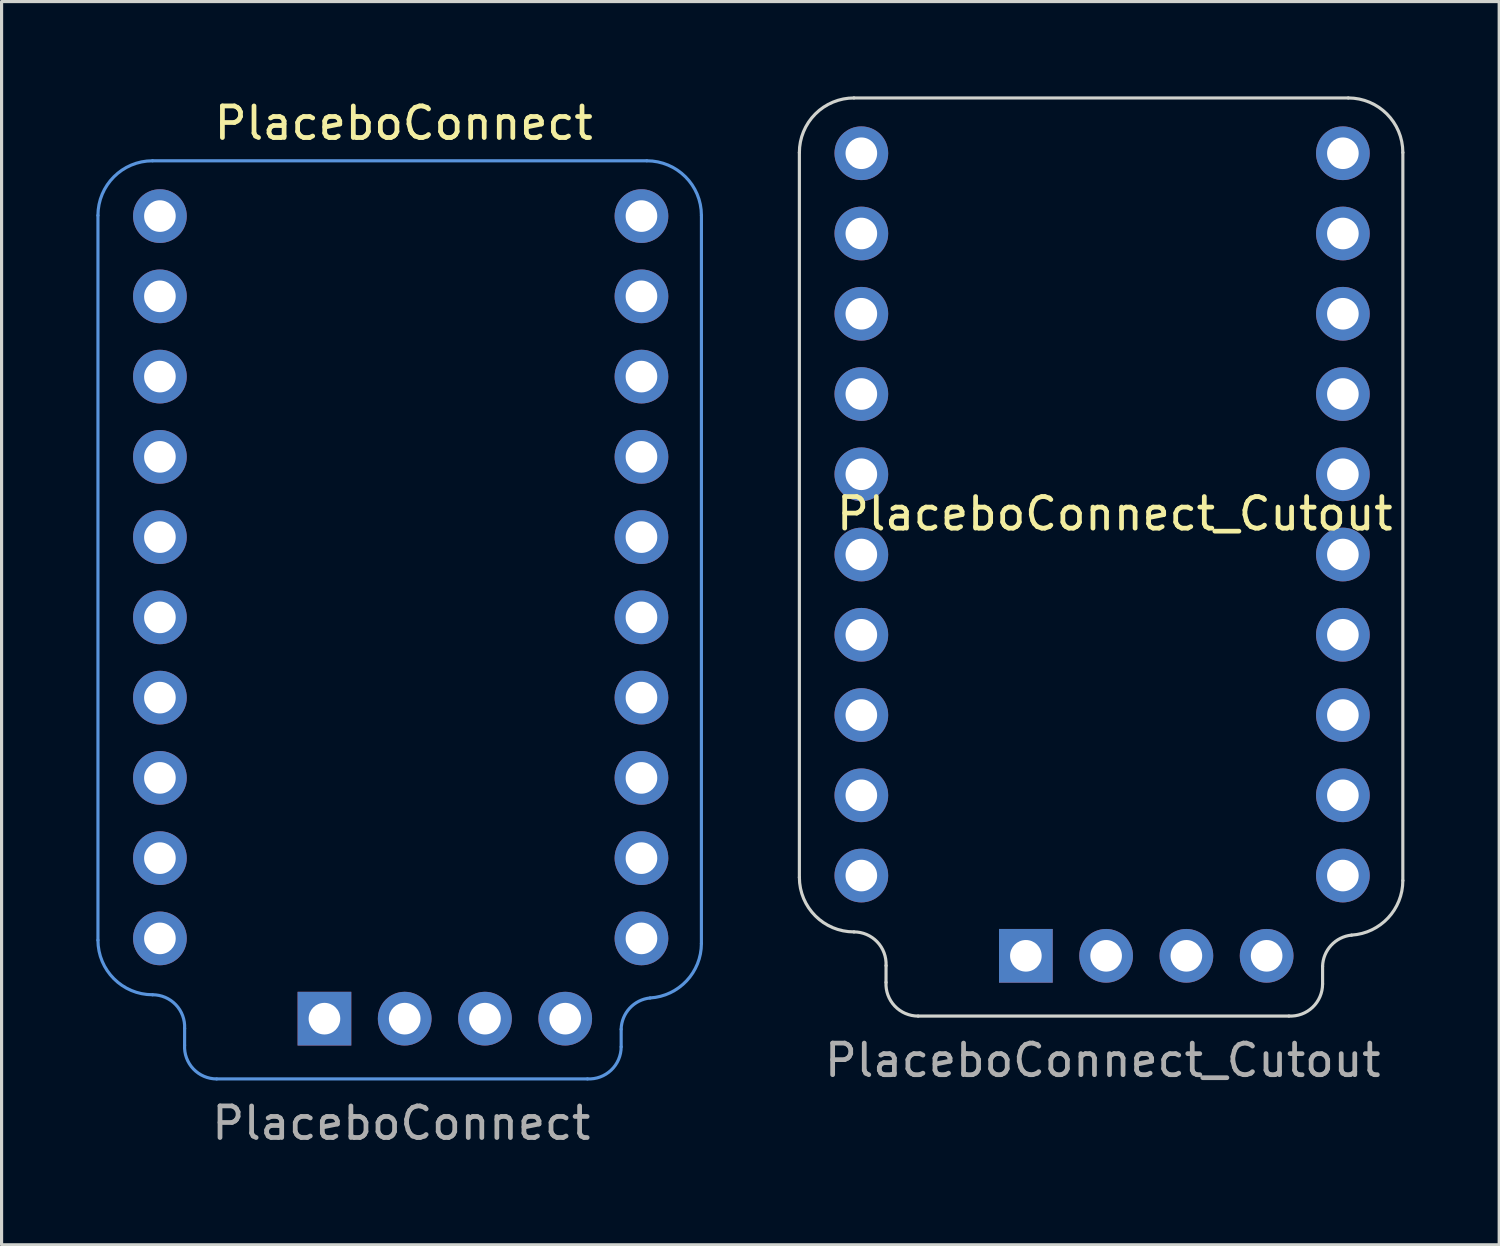
<source format=kicad_pcb>
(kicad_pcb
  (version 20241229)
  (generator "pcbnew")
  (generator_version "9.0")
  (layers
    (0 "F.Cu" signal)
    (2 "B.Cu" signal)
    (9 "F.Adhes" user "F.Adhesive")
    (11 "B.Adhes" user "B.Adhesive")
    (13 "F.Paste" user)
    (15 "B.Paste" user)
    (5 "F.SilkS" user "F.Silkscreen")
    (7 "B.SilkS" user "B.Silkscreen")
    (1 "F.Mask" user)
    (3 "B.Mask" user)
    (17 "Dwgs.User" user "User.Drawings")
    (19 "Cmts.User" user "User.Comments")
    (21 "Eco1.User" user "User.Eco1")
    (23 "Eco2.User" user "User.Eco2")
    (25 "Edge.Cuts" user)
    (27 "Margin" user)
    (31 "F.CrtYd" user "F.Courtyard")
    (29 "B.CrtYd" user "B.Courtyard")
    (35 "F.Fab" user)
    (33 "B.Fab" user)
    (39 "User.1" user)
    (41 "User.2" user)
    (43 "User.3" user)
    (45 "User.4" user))
  (footprint "PlaceboConnect_Cutout"
    (layer "F.Cu")
    (at 31.977 13.21)
    (property "Reference" "PlaceboConnect_Cutout" (at 0.254 0 0) (unlocked yes) (layer "F.SilkS") (effects (font (size 1 1) (thickness 0.15))))
    (attr through_hole)
    (fp_line (start -9.728 -11.43) (end -9.728 11.506) (stroke (width 0.1) (type default)) (layer "Edge.Cuts"))
    (fp_line (start -6.985 14.3) (end -6.986 14.831) (stroke (width 0.1) (type default)) (layer "Edge.Cuts"))
    (fp_line (start -5.971 15.897) (end 5.764 15.897) (stroke (width 0.1) (type default)) (layer "Edge.Cuts"))
    (fp_line (start 6.831 14.326) (end 6.831 14.882) (stroke (width 0.1) (type default)) (layer "Edge.Cuts"))
    (fp_line (start 7.643 -13.16) (end -8.001 -13.16) (stroke (width 0.1) (type default)) (layer "Edge.Cuts"))
    (fp_line (start 9.371 -11.433) (end 9.37 11.608) (stroke (width 0.1) (type default)) (layer "Edge.Cuts"))
    (fp_arc (start -9.728132 -11.43) (mid -9.223279 -12.653201) (end -8.000932 -13.160118) (stroke (width 0.1) (type default)) (layer "Edge.Cuts"))
    (fp_arc (start -8.001 13.233249) (mid -9.222269 12.727339) (end -9.728132 11.506049) (stroke (width 0.1) (type default)) (layer "Edge.Cuts"))
    (fp_arc (start -8.000932 13.233249) (mid -7.264378 13.548916) (end -6.985 14.299986) (stroke (width 0.1) (type default)) (layer "Edge.Cuts"))
    (fp_arc (start -5.971468 15.897357) (mid -6.707607 15.581609) (end -6.9862 14.83062) (stroke (width 0.1) (type default)) (layer "Edge.Cuts"))
    (fp_arc (start 6.830504 14.3256) (mid 7.101764 13.6573) (end 7.747 13.335) (stroke (width 0.1) (type default)) (layer "Edge.Cuts"))
    (fp_arc (start 6.830504 14.881943) (mid 6.514752 15.618078) (end 5.763767 15.896675) (stroke (width 0.1) (type default)) (layer "Edge.Cuts"))
    (fp_arc (start 7.643353 -13.160118) (mid 8.864667 -12.654232) (end 9.370553 -11.432918) (stroke (width 0.1) (type default)) (layer "Edge.Cuts"))
    (fp_arc (start 9.37049 11.608457) (mid 8.900859 12.793422) (end 7.747 13.335) (stroke (width 0.1) (type default)) (layer "Edge.Cuts"))
    (fp_text user "${REFERENCE}" (at -0.127 17.297 0) (unlocked yes) (layer "F.Fab") (effects (font (size 1 1) (thickness 0.15))))
    (pad "1" thru_hole circle (at -7.767 -11.41 180) (size 1.7 1.7) (drill 1) (layers "*.Cu" "*.Mask"))
    (pad "2" thru_hole oval (at -7.767 -8.87 180) (size 1.7 1.7) (drill 1) (layers "*.Cu" "*.Mask"))
    (pad "3" thru_hole oval (at -7.767 -6.33 180) (size 1.7 1.7) (drill 1) (layers "*.Cu" "*.Mask"))
    (pad "4" thru_hole oval (at -7.767 -3.79 180) (size 1.7 1.7) (drill 1) (layers "*.Cu" "*.Mask"))
    (pad "5" thru_hole oval (at -7.767 -1.25 180) (size 1.7 1.7) (drill 1) (layers "*.Cu" "*.Mask"))
    (pad "6" thru_hole oval (at -7.767 1.29 180) (size 1.7 1.7) (drill 1) (layers "*.Cu" "*.Mask"))
    (pad "7" thru_hole oval (at -7.767 3.83 180) (size 1.7 1.7) (drill 1) (layers "*.Cu" "*.Mask"))
    (pad "8" thru_hole oval (at -7.767 6.37 180) (size 1.7 1.7) (drill 1) (layers "*.Cu" "*.Mask"))
    (pad "9" thru_hole oval (at -7.767 8.91 180) (size 1.7 1.7) (drill 1) (layers "*.Cu" "*.Mask"))
    (pad "10" thru_hole oval (at -7.767 11.45 180) (size 1.7 1.7) (drill 1) (layers "*.Cu" "*.Mask"))
    (pad "11" thru_hole circle (at 7.473 11.45) (size 1.7 1.7) (drill 1) (layers "*.Cu" "*.Mask"))
    (pad "12" thru_hole oval (at 7.473 8.91) (size 1.7 1.7) (drill 1) (layers "*.Cu" "*.Mask"))
    (pad "13" thru_hole oval (at 7.473 6.37) (size 1.7 1.7) (drill 1) (layers "*.Cu" "*.Mask"))
    (pad "14" thru_hole oval (at 7.473 3.83) (size 1.7 1.7) (drill 1) (layers "*.Cu" "*.Mask"))
    (pad "15" thru_hole oval (at 7.473 1.29) (size 1.7 1.7) (drill 1) (layers "*.Cu" "*.Mask"))
    (pad "16" thru_hole oval (at 7.473 -1.25) (size 1.7 1.7) (drill 1) (layers "*.Cu" "*.Mask"))
    (pad "17" thru_hole oval (at 7.473 -3.79) (size 1.7 1.7) (drill 1) (layers "*.Cu" "*.Mask"))
    (pad "18" thru_hole oval (at 7.473 -6.33) (size 1.7 1.7) (drill 1) (layers "*.Cu" "*.Mask"))
    (pad "19" thru_hole oval (at 7.473 -8.87) (size 1.7 1.7) (drill 1) (layers "*.Cu" "*.Mask"))
    (pad "20" thru_hole oval (at 7.473 -11.41) (size 1.7 1.7) (drill 1) (layers "*.Cu" "*.Mask"))
    (pad "21" thru_hole rect (at -2.56 13.99 90) (size 1.7 1.7) (drill 1) (layers "*.Cu" "*.Mask"))
    (pad "22" thru_hole oval (at -0.02 13.99 90) (size 1.7 1.7) (drill 1) (layers "*.Cu" "*.Mask"))
    (pad "23" thru_hole oval (at 2.52 13.99 90) (size 1.7 1.7) (drill 1) (layers "*.Cu" "*.Mask"))
    (pad "24" thru_hole oval (at 5.06 13.99 90) (size 1.7 1.7) (drill 1) (layers "*.Cu" "*.Mask")))
  (footprint "PlaceboConnect"
    (layer "F.Cu")
    (at 9.778 15.199)
    (property "Reference" "PlaceboConnect" (at -0.051 -14.351 0) (unlocked yes) (layer "F.SilkS") (effects (font (size 1 1) (thickness 0.15))))
    (attr through_hole)
    (fp_line (start -9.728 -11.43) (end -9.728 11.506) (stroke (width 0.1) (type default)) (layer "Cmts.User"))
    (fp_line (start -6.985 14.3) (end -6.986 14.831) (stroke (width 0.1) (type default)) (layer "Cmts.User"))
    (fp_line (start -5.971 15.897) (end 5.764 15.897) (stroke (width 0.1) (type default)) (layer "Cmts.User"))
    (fp_line (start 6.831 14.326) (end 6.831 14.882) (stroke (width 0.1) (type default)) (layer "Cmts.User"))
    (fp_line (start 7.643 -13.16) (end -8.001 -13.16) (stroke (width 0.1) (type default)) (layer "Cmts.User"))
    (fp_line (start 9.371 -11.433) (end 9.37 11.608) (stroke (width 0.1) (type default)) (layer "Cmts.User"))
    (fp_arc (start -9.728132 -11.432918) (mid -9.222247 -12.654232) (end -8.000932 -13.160118) (stroke (width 0.1) (type default)) (layer "Cmts.User"))
    (fp_arc (start -8.001 13.233249) (mid -9.22227 12.727339) (end -9.728132 11.506049) (stroke (width 0.1) (type default)) (layer "Cmts.User"))
    (fp_arc (start -8.000932 13.233249) (mid -7.264377 13.548915) (end -6.985 14.299986) (stroke (width 0.1) (type default)) (layer "Cmts.User"))
    (fp_arc (start -5.971468 15.897357) (mid -6.707607 15.581609) (end -6.9862 14.83062) (stroke (width 0.1) (type default)) (layer "Cmts.User"))
    (fp_arc (start 6.830504 14.3256) (mid 7.101764 13.6573) (end 7.747 13.335) (stroke (width 0.1) (type default)) (layer "Cmts.User"))
    (fp_arc (start 6.830504 14.881943) (mid 6.514752 15.618078) (end 5.763767 15.896675) (stroke (width 0.1) (type default)) (layer "Cmts.User"))
    (fp_arc (start 7.643353 -13.160118) (mid 8.864667 -12.654233) (end 9.370553 -11.432918) (stroke (width 0.1) (type default)) (layer "Cmts.User"))
    (fp_arc (start 9.37049 11.608457) (mid 8.900859 12.793422) (end 7.747 13.335) (stroke (width 0.1) (type default)) (layer "Cmts.User"))
    (fp_text user "${REFERENCE}" (at -0.127 17.297 0) (unlocked yes) (layer "F.Fab") (effects (font (size 1 1) (thickness 0.15))))
    (pad "1" thru_hole circle (at -7.767 -11.41 180) (size 1.7 1.7) (drill 1) (layers "*.Cu" "*.Mask"))
    (pad "2" thru_hole oval (at -7.767 -8.87 180) (size 1.7 1.7) (drill 1) (layers "*.Cu" "*.Mask"))
    (pad "3" thru_hole oval (at -7.767 -6.33 180) (size 1.7 1.7) (drill 1) (layers "*.Cu" "*.Mask"))
    (pad "4" thru_hole oval (at -7.767 -3.79 180) (size 1.7 1.7) (drill 1) (layers "*.Cu" "*.Mask"))
    (pad "5" thru_hole oval (at -7.767 -1.25 180) (size 1.7 1.7) (drill 1) (layers "*.Cu" "*.Mask"))
    (pad "6" thru_hole oval (at -7.767 1.29 180) (size 1.7 1.7) (drill 1) (layers "*.Cu" "*.Mask"))
    (pad "7" thru_hole oval (at -7.767 3.83 180) (size 1.7 1.7) (drill 1) (layers "*.Cu" "*.Mask"))
    (pad "8" thru_hole oval (at -7.767 6.37 180) (size 1.7 1.7) (drill 1) (layers "*.Cu" "*.Mask"))
    (pad "9" thru_hole oval (at -7.767 8.91 180) (size 1.7 1.7) (drill 1) (layers "*.Cu" "*.Mask"))
    (pad "10" thru_hole oval (at -7.767 11.45 180) (size 1.7 1.7) (drill 1) (layers "*.Cu" "*.Mask"))
    (pad "11" thru_hole circle (at 7.473 11.45) (size 1.7 1.7) (drill 1) (layers "*.Cu" "*.Mask"))
    (pad "12" thru_hole oval (at 7.473 8.91) (size 1.7 1.7) (drill 1) (layers "*.Cu" "*.Mask"))
    (pad "13" thru_hole oval (at 7.473 6.37) (size 1.7 1.7) (drill 1) (layers "*.Cu" "*.Mask"))
    (pad "14" thru_hole oval (at 7.473 3.83) (size 1.7 1.7) (drill 1) (layers "*.Cu" "*.Mask"))
    (pad "15" thru_hole oval (at 7.473 1.29) (size 1.7 1.7) (drill 1) (layers "*.Cu" "*.Mask"))
    (pad "16" thru_hole oval (at 7.473 -1.25) (size 1.7 1.7) (drill 1) (layers "*.Cu" "*.Mask"))
    (pad "17" thru_hole oval (at 7.473 -3.79) (size 1.7 1.7) (drill 1) (layers "*.Cu" "*.Mask"))
    (pad "18" thru_hole oval (at 7.473 -6.33) (size 1.7 1.7) (drill 1) (layers "*.Cu" "*.Mask"))
    (pad "19" thru_hole oval (at 7.473 -8.87) (size 1.7 1.7) (drill 1) (layers "*.Cu" "*.Mask"))
    (pad "20" thru_hole oval (at 7.473 -11.41) (size 1.7 1.7) (drill 1) (layers "*.Cu" "*.Mask"))
    (pad "21" thru_hole rect (at -2.56 13.99 90) (size 1.7 1.7) (drill 1) (layers "*.Cu" "*.Mask"))
    (pad "22" thru_hole oval (at -0.02 13.99 90) (size 1.7 1.7) (drill 1) (layers "*.Cu" "*.Mask"))
    (pad "23" thru_hole oval (at 2.52 13.99 90) (size 1.7 1.7) (drill 1) (layers "*.Cu" "*.Mask"))
    (pad "24" thru_hole oval (at 5.06 13.99 90) (size 1.7 1.7) (drill 1) (layers "*.Cu" "*.Mask")))
  (gr_rect
    (start -3 -3)
    (end 44.397 36.345)
    (stroke (width 0.1) (type default))
    (fill no)
    (layer "Edge.Cuts")))
</source>
